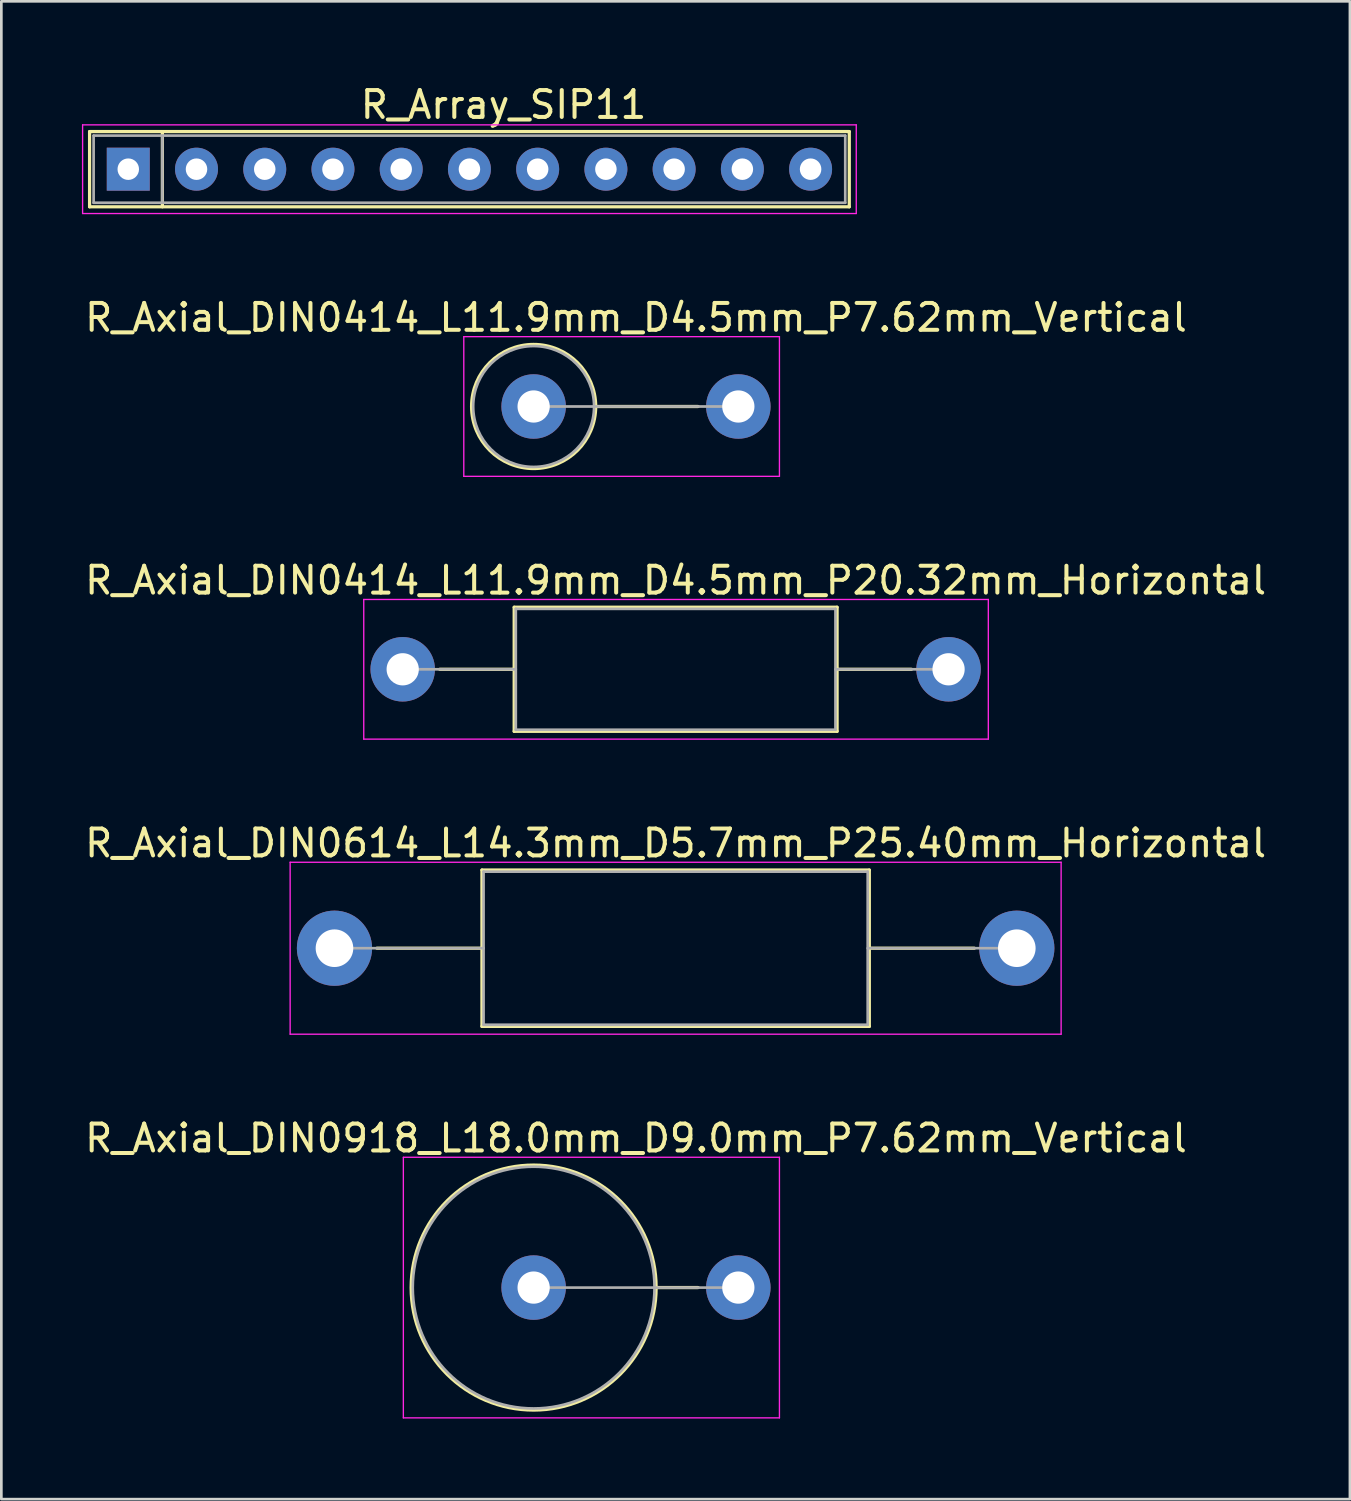
<source format=kicad_pcb>
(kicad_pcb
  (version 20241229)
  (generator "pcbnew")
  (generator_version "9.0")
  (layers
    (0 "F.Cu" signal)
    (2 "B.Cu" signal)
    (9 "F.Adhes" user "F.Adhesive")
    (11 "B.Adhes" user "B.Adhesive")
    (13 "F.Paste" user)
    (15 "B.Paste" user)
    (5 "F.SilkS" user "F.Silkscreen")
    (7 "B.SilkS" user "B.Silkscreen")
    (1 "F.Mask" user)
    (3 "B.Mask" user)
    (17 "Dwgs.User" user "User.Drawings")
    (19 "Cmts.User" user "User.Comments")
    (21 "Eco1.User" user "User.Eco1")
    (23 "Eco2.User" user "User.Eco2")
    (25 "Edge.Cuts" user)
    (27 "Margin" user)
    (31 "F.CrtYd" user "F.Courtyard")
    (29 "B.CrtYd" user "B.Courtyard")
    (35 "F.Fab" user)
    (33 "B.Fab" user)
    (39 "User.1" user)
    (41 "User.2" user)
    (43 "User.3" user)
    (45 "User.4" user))
  (footprint "R_Axial_DIN0414_L11.9mm_D4.5mm_P20.32mm_Horizontal"
    (layer "F.Cu")
    (at 11.941 21.865)
    (property "Reference" "R_Axial_DIN0414_L11.9mm_D4.5mm_P20.32mm_Horizontal" (at 10.16 -3.31 0) (layer "F.SilkS") (effects (font (size 1 1) (thickness 0.15))))
    (attr through_hole)
    (fp_line (start 1.38 0) (end 4.15 0) (stroke (width 0.12) (type solid)) (layer "F.SilkS"))
    (fp_line (start 4.15 -2.31) (end 4.15 2.31) (stroke (width 0.12) (type solid)) (layer "F.SilkS"))
    (fp_line (start 4.15 2.31) (end 16.17 2.31) (stroke (width 0.12) (type solid)) (layer "F.SilkS"))
    (fp_line (start 16.17 -2.31) (end 4.15 -2.31) (stroke (width 0.12) (type solid)) (layer "F.SilkS"))
    (fp_line (start 16.17 2.31) (end 16.17 -2.31) (stroke (width 0.12) (type solid)) (layer "F.SilkS"))
    (fp_line (start 18.94 0) (end 16.17 0) (stroke (width 0.12) (type solid)) (layer "F.SilkS"))
    (fp_line (start -1.45 -2.6) (end -1.45 2.6) (stroke (width 0.05) (type solid)) (layer "F.CrtYd"))
    (fp_line (start -1.45 2.6) (end 21.8 2.6) (stroke (width 0.05) (type solid)) (layer "F.CrtYd"))
    (fp_line (start 21.8 -2.6) (end -1.45 -2.6) (stroke (width 0.05) (type solid)) (layer "F.CrtYd"))
    (fp_line (start 21.8 2.6) (end 21.8 -2.6) (stroke (width 0.05) (type solid)) (layer "F.CrtYd"))
    (fp_line (start 0 0) (end 4.21 0) (stroke (width 0.1) (type solid)) (layer "F.Fab"))
    (fp_line (start 4.21 -2.25) (end 4.21 2.25) (stroke (width 0.1) (type solid)) (layer "F.Fab"))
    (fp_line (start 4.21 2.25) (end 16.11 2.25) (stroke (width 0.1) (type solid)) (layer "F.Fab"))
    (fp_line (start 16.11 -2.25) (end 4.21 -2.25) (stroke (width 0.1) (type solid)) (layer "F.Fab"))
    (fp_line (start 16.11 2.25) (end 16.11 -2.25) (stroke (width 0.1) (type solid)) (layer "F.Fab"))
    (fp_line (start 20.32 0) (end 16.11 0) (stroke (width 0.1) (type solid)) (layer "F.Fab"))
    (pad "1" thru_hole circle (at 0 0) (size 2.4 2.4) (drill 1.2) (layers "*.Cu" "*.Mask"))
    (pad "2" thru_hole oval (at 20.32 0) (size 2.4 2.4) (drill 1.2) (layers "*.Cu" "*.Mask")))
  (footprint "R_Array_SIP11"
    (layer "F.Cu")
    (at 1.725 3.248)
    (property "Reference" "R_Array_SIP11" (at 13.97 -2.4 0) (layer "F.SilkS") (effects (font (size 1 1) (thickness 0.15))))
    (attr through_hole)
    (fp_line (start -1.44 -1.4) (end -1.44 1.4) (stroke (width 0.12) (type solid)) (layer "F.SilkS"))
    (fp_line (start -1.44 1.4) (end 26.84 1.4) (stroke (width 0.12) (type solid)) (layer "F.SilkS"))
    (fp_line (start 1.27 -1.4) (end 1.27 1.4) (stroke (width 0.12) (type solid)) (layer "F.SilkS"))
    (fp_line (start 26.84 -1.4) (end -1.44 -1.4) (stroke (width 0.12) (type solid)) (layer "F.SilkS"))
    (fp_line (start 26.84 1.4) (end 26.84 -1.4) (stroke (width 0.12) (type solid)) (layer "F.SilkS"))
    (fp_line (start -1.7 -1.65) (end -1.7 1.65) (stroke (width 0.05) (type solid)) (layer "F.CrtYd"))
    (fp_line (start -1.7 1.65) (end 27.1 1.65) (stroke (width 0.05) (type solid)) (layer "F.CrtYd"))
    (fp_line (start 27.1 -1.65) (end -1.7 -1.65) (stroke (width 0.05) (type solid)) (layer "F.CrtYd"))
    (fp_line (start 27.1 1.65) (end 27.1 -1.65) (stroke (width 0.05) (type solid)) (layer "F.CrtYd"))
    (fp_line (start -1.29 -1.25) (end -1.29 1.25) (stroke (width 0.1) (type solid)) (layer "F.Fab"))
    (fp_line (start -1.29 1.25) (end 26.69 1.25) (stroke (width 0.1) (type solid)) (layer "F.Fab"))
    (fp_line (start 1.27 -1.25) (end 1.27 1.25) (stroke (width 0.1) (type solid)) (layer "F.Fab"))
    (fp_line (start 26.69 -1.25) (end -1.29 -1.25) (stroke (width 0.1) (type solid)) (layer "F.Fab"))
    (fp_line (start 26.69 1.25) (end 26.69 -1.25) (stroke (width 0.1) (type solid)) (layer "F.Fab"))
    (pad "1" thru_hole rect (at 0 0) (size 1.6 1.6) (drill 0.8) (layers "*.Cu" "*.Mask"))
    (pad "2" thru_hole oval (at 2.54 0) (size 1.6 1.6) (drill 0.8) (layers "*.Cu" "*.Mask"))
    (pad "3" thru_hole oval (at 5.08 0) (size 1.6 1.6) (drill 0.8) (layers "*.Cu" "*.Mask"))
    (pad "4" thru_hole oval (at 7.62 0) (size 1.6 1.6) (drill 0.8) (layers "*.Cu" "*.Mask"))
    (pad "5" thru_hole oval (at 10.16 0) (size 1.6 1.6) (drill 0.8) (layers "*.Cu" "*.Mask"))
    (pad "6" thru_hole oval (at 12.7 0) (size 1.6 1.6) (drill 0.8) (layers "*.Cu" "*.Mask"))
    (pad "7" thru_hole oval (at 15.24 0) (size 1.6 1.6) (drill 0.8) (layers "*.Cu" "*.Mask"))
    (pad "8" thru_hole oval (at 17.78 0) (size 1.6 1.6) (drill 0.8) (layers "*.Cu" "*.Mask"))
    (pad "9" thru_hole oval (at 20.32 0) (size 1.6 1.6) (drill 0.8) (layers "*.Cu" "*.Mask"))
    (pad "10" thru_hole oval (at 22.86 0) (size 1.6 1.6) (drill 0.8) (layers "*.Cu" "*.Mask"))
    (pad "11" thru_hole oval (at 25.4 0) (size 1.6 1.6) (drill 0.8) (layers "*.Cu" "*.Mask")))
  (footprint "R_Axial_DIN0918_L18.0mm_D9.0mm_P7.62mm_Vertical"
    (layer "F.Cu")
    (at 16.815 44.881)
    (property "Reference" "R_Axial_DIN0918_L18.0mm_D9.0mm_P7.62mm_Vertical" (at 3.81 -5.56 0) (layer "F.SilkS") (effects (font (size 1 1) (thickness 0.15))))
    (attr through_hole)
    (fp_line (start 4.56 0) (end 6.12 0) (stroke (width 0.12) (type solid)) (layer "F.SilkS"))
    (fp_circle (center 0 0) (end 4.56 0) (stroke (width 0.12) (type solid)) (fill no) (layer "F.SilkS"))
    (fp_line (start -4.85 -4.85) (end -4.85 4.85) (stroke (width 0.05) (type solid)) (layer "F.CrtYd"))
    (fp_line (start -4.85 4.85) (end 9.15 4.85) (stroke (width 0.05) (type solid)) (layer "F.CrtYd"))
    (fp_line (start 9.15 -4.85) (end -4.85 -4.85) (stroke (width 0.05) (type solid)) (layer "F.CrtYd"))
    (fp_line (start 9.15 4.85) (end 9.15 -4.85) (stroke (width 0.05) (type solid)) (layer "F.CrtYd"))
    (fp_line (start 0 0) (end 7.62 0) (stroke (width 0.1) (type solid)) (layer "F.Fab"))
    (fp_circle (center 0 0) (end 4.5 0) (stroke (width 0.1) (type solid)) (fill no) (layer "F.Fab"))
    (pad "1" thru_hole circle (at 0 0) (size 2.4 2.4) (drill 1.2) (layers "*.Cu" "*.Mask"))
    (pad "2" thru_hole oval (at 7.62 0) (size 2.4 2.4) (drill 1.2) (layers "*.Cu" "*.Mask")))
  (footprint "R_Axial_DIN0414_L11.9mm_D4.5mm_P7.62mm_Vertical"
    (layer "F.Cu")
    (at 16.815 12.082)
    (property "Reference" "R_Axial_DIN0414_L11.9mm_D4.5mm_P7.62mm_Vertical" (at 3.81 -3.31 0) (layer "F.SilkS") (effects (font (size 1 1) (thickness 0.15))))
    (attr through_hole)
    (fp_line (start 2.31 0) (end 6.12 0) (stroke (width 0.12) (type solid)) (layer "F.SilkS"))
    (fp_circle (center 0 0) (end 2.31 0) (stroke (width 0.12) (type solid)) (fill no) (layer "F.SilkS"))
    (fp_line (start -2.6 -2.6) (end -2.6 2.6) (stroke (width 0.05) (type solid)) (layer "F.CrtYd"))
    (fp_line (start -2.6 2.6) (end 9.15 2.6) (stroke (width 0.05) (type solid)) (layer "F.CrtYd"))
    (fp_line (start 9.15 -2.6) (end -2.6 -2.6) (stroke (width 0.05) (type solid)) (layer "F.CrtYd"))
    (fp_line (start 9.15 2.6) (end 9.15 -2.6) (stroke (width 0.05) (type solid)) (layer "F.CrtYd"))
    (fp_line (start 0 0) (end 7.62 0) (stroke (width 0.1) (type solid)) (layer "F.Fab"))
    (fp_circle (center 0 0) (end 2.25 0) (stroke (width 0.1) (type solid)) (fill no) (layer "F.Fab"))
    (pad "1" thru_hole circle (at 0 0) (size 2.4 2.4) (drill 1.2) (layers "*.Cu" "*.Mask"))
    (pad "2" thru_hole oval (at 7.62 0) (size 2.4 2.4) (drill 1.2) (layers "*.Cu" "*.Mask")))
  (footprint "R_Axial_DIN0614_L14.3mm_D5.7mm_P25.40mm_Horizontal"
    (layer "F.Cu")
    (at 9.401 32.248)
    (property "Reference" "R_Axial_DIN0614_L14.3mm_D5.7mm_P25.40mm_Horizontal" (at 12.7 -3.91 0) (layer "F.SilkS") (effects (font (size 1 1) (thickness 0.15))))
    (attr through_hole)
    (fp_line (start 1.58 0) (end 5.49 0) (stroke (width 0.12) (type solid)) (layer "F.SilkS"))
    (fp_line (start 5.49 -2.91) (end 5.49 2.91) (stroke (width 0.12) (type solid)) (layer "F.SilkS"))
    (fp_line (start 5.49 2.91) (end 19.91 2.91) (stroke (width 0.12) (type solid)) (layer "F.SilkS"))
    (fp_line (start 19.91 -2.91) (end 5.49 -2.91) (stroke (width 0.12) (type solid)) (layer "F.SilkS"))
    (fp_line (start 19.91 2.91) (end 19.91 -2.91) (stroke (width 0.12) (type solid)) (layer "F.SilkS"))
    (fp_line (start 23.82 0) (end 19.91 0) (stroke (width 0.12) (type solid)) (layer "F.SilkS"))
    (fp_line (start -1.65 -3.2) (end -1.65 3.2) (stroke (width 0.05) (type solid)) (layer "F.CrtYd"))
    (fp_line (start -1.65 3.2) (end 27.05 3.2) (stroke (width 0.05) (type solid)) (layer "F.CrtYd"))
    (fp_line (start 27.05 -3.2) (end -1.65 -3.2) (stroke (width 0.05) (type solid)) (layer "F.CrtYd"))
    (fp_line (start 27.05 3.2) (end 27.05 -3.2) (stroke (width 0.05) (type solid)) (layer "F.CrtYd"))
    (fp_line (start 0 0) (end 5.55 0) (stroke (width 0.1) (type solid)) (layer "F.Fab"))
    (fp_line (start 5.55 -2.85) (end 5.55 2.85) (stroke (width 0.1) (type solid)) (layer "F.Fab"))
    (fp_line (start 5.55 2.85) (end 19.85 2.85) (stroke (width 0.1) (type solid)) (layer "F.Fab"))
    (fp_line (start 19.85 -2.85) (end 5.55 -2.85) (stroke (width 0.1) (type solid)) (layer "F.Fab"))
    (fp_line (start 19.85 2.85) (end 19.85 -2.85) (stroke (width 0.1) (type solid)) (layer "F.Fab"))
    (fp_line (start 25.4 0) (end 19.85 0) (stroke (width 0.1) (type solid)) (layer "F.Fab"))
    (pad "1" thru_hole circle (at 0 0) (size 2.8 2.8) (drill 1.4) (layers "*.Cu" "*.Mask"))
    (pad "2" thru_hole oval (at 25.4 0) (size 2.8 2.8) (drill 1.4) (layers "*.Cu" "*.Mask")))
  (gr_rect
    (start -3 -3)
    (end 47.202 52.756)
    (stroke (width 0.1) (type default))
    (fill no)
    (layer "Edge.Cuts")))
</source>
